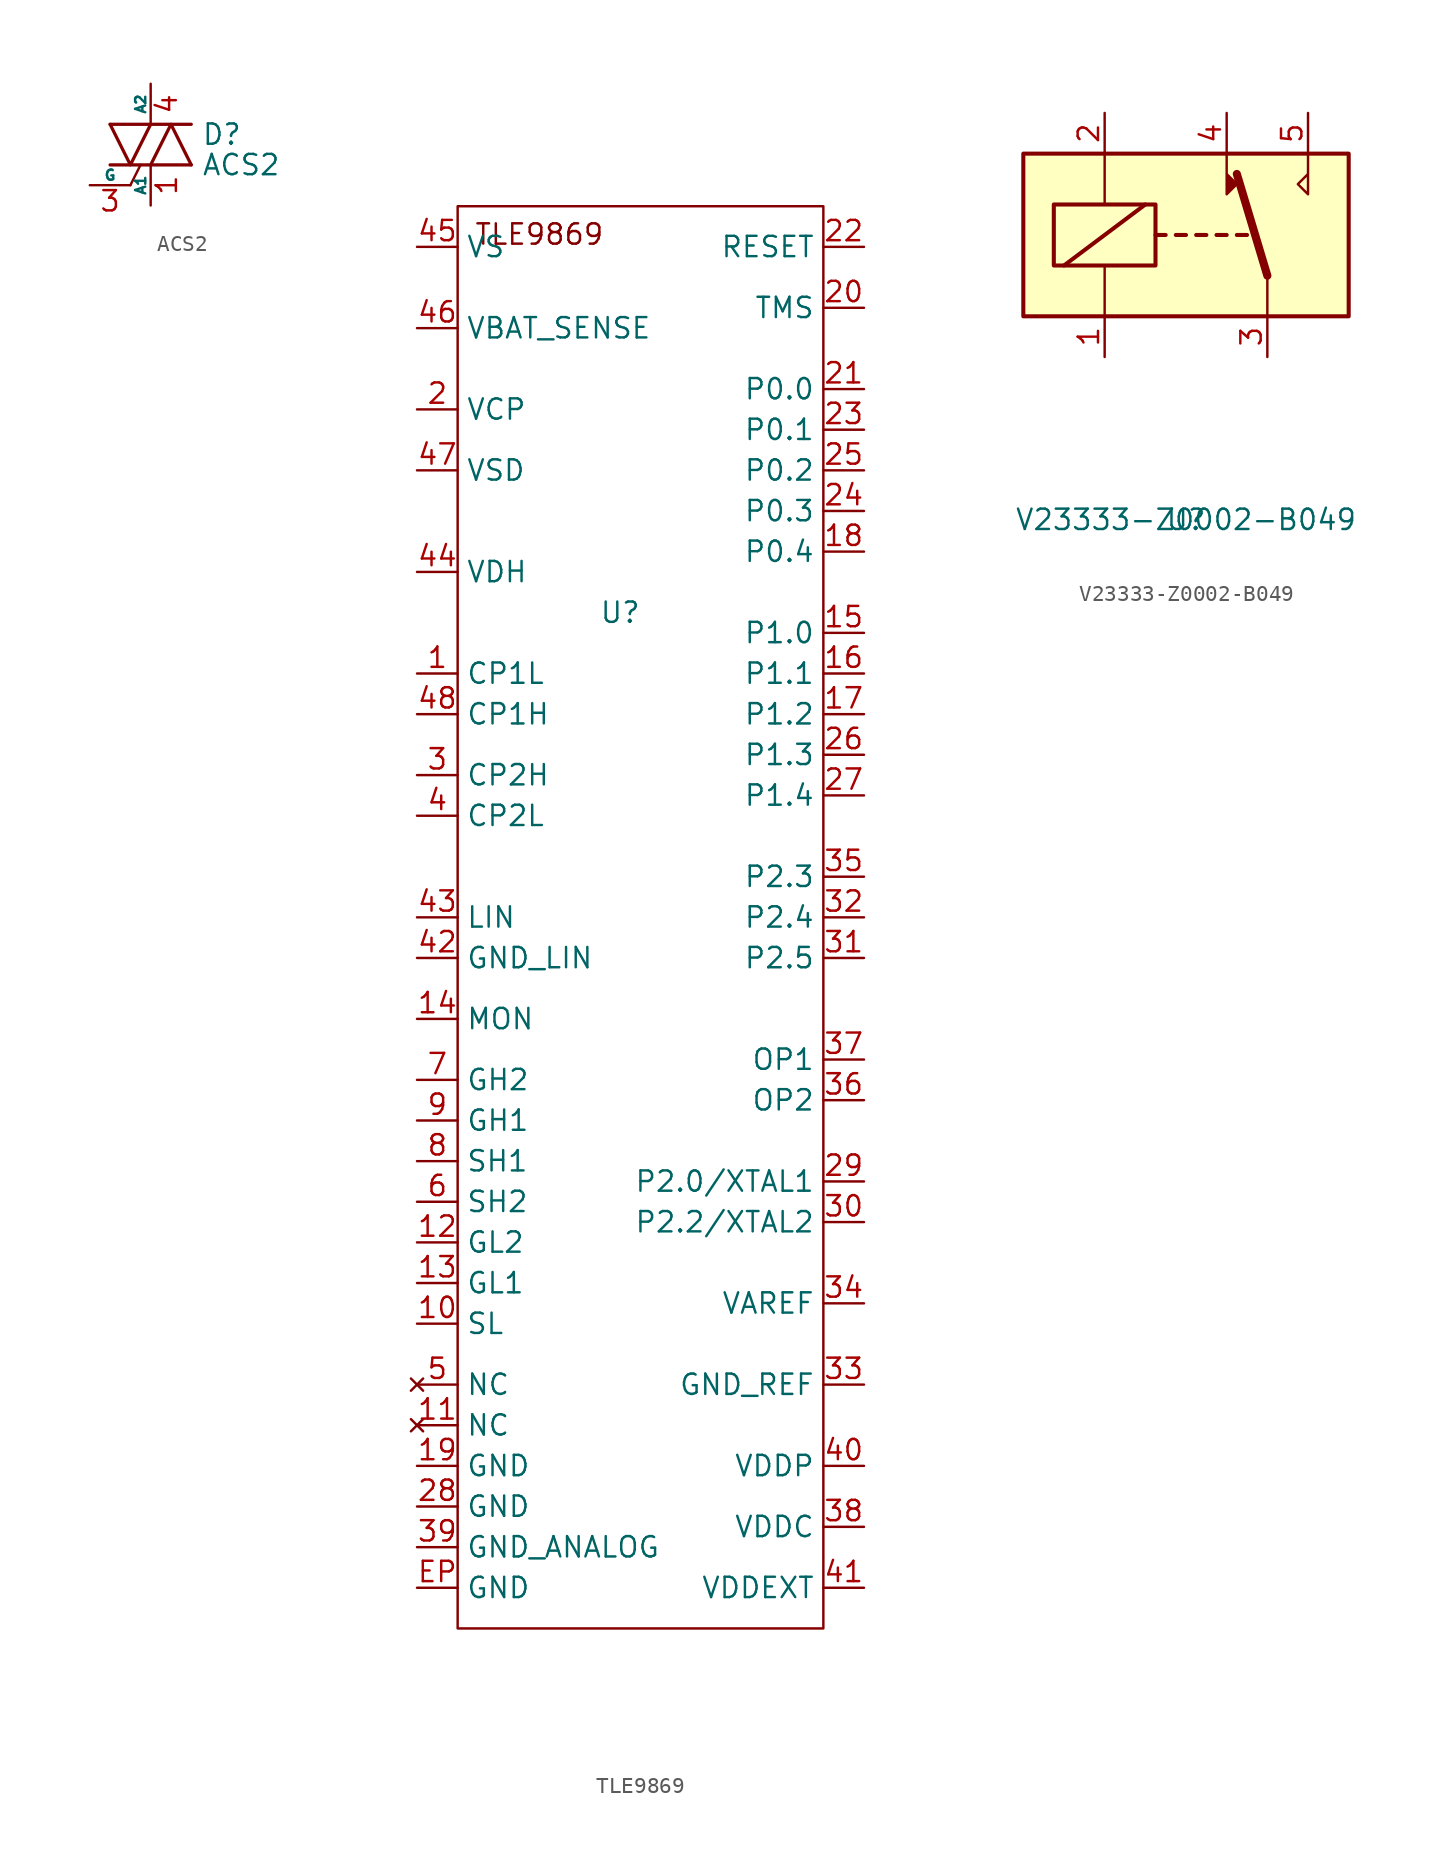
<source format=kicad_sym>
(kicad_symbol_lib
  (version 20231120)
  (generator "kicad_symbol_editor")
  (generator_version "8.0")
  (symbol "ACS2"
    (pin_names
      (offset 0))
    (property "Reference" "D"
      (at 3.175 0.635 0)
      (effects (font (size 1.27 1.27)) (justify left)))
    (property "Value" "ACS2"
      (at 3.175 -1.27 0)
      (effects (font (size 1.27 1.27)) (justify left)))
    (symbol "ACS2_0_1"
      (polyline (pts (xy -2.54 -1.27) (xy 2.54 -1.27)) (stroke (width 0.203) (type default)) (fill (type none)))
      (polyline (pts (xy -2.54 1.27) (xy 2.54 1.27)) (stroke (width 0.203) (type default)) (fill (type none)))
      (polyline (pts (xy -1.27 -2.54) (xy -0.635 -1.27)) (stroke (width 0) (type default)) (fill (type none)))
      (polyline (pts (xy -2.54 1.27) (xy -1.27 -1.27) (xy 0 1.27)) (stroke (width 0.203) (type default)) (fill (type none)))
      (polyline (pts (xy 0 -1.27) (xy 1.27 1.27) (xy 2.54 -1.27)) (stroke (width 0.203) (type default)) (fill (type none))))
    (symbol "ACS2_1_1"
      (pin passive line (at 0 -3.81 90) (length 2.54) (name "A1" (effects (font (size 0.635 0.635)))) (number "1" (effects (font (size 1.27 1.27)))))
      (pin input line (at -3.81 -2.54 0) (length 2.54) (name "G" (effects (font (size 0.635 0.635)))) (number "3" (effects (font (size 1.27 1.27)))))
      (pin passive line (at 0 3.81 270) (length 2.54) (name "A2" (effects (font (size 0.635 0.635)))) (number "4" (effects (font (size 1.27 1.27)))))))
  (symbol "TLE9869"
    (property "Reference" "U"
      (at 0 0 0)
      (effects (font (size 1.27 1.27))))
    (property "Value" ""
      (at 0 0 0)
      (effects (font (size 1.27 1.27))))
    (symbol "TLE9869_1_0"
      (pin power_in line (at -12.7 -44.45 0) (length 2.54) (name "SL" (effects (font (size 1.27 1.27)))) (number "10" (effects (font (size 1.27 1.27)))))
      (pin no_connect line (at -12.7 -50.8 0) (length 2.54) (name "NC" (effects (font (size 1.27 1.27)))) (number "11" (effects (font (size 1.27 1.27)))))
      (pin power_in line (at -12.7 -39.37 0) (length 2.54) (name "GL2" (effects (font (size 1.27 1.27)))) (number "12" (effects (font (size 1.27 1.27)))))
      (pin power_in line (at -12.7 -41.91 0) (length 2.54) (name "GL1" (effects (font (size 1.27 1.27)))) (number "13" (effects (font (size 1.27 1.27)))))
      (pin input line (at -12.7 -25.4 0) (length 2.54) (name "MON" (effects (font (size 1.27 1.27)))) (number "14" (effects (font (size 1.27 1.27)))))
      (pin bidirectional line (at 15.24 -1.27 180) (length 2.54) (name "P1.0" (effects (font (size 1.27 1.27)))) (number "15" (effects (font (size 1.27 1.27)))))
      (pin bidirectional line (at 15.24 -3.81 180) (length 2.54) (name "P1.1" (effects (font (size 1.27 1.27)))) (number "16" (effects (font (size 1.27 1.27)))))
      (pin bidirectional line (at 15.24 -6.35 180) (length 2.54) (name "P1.2" (effects (font (size 1.27 1.27)))) (number "17" (effects (font (size 1.27 1.27)))))
      (pin bidirectional line (at 15.24 3.81 180) (length 2.54) (name "P0.4" (effects (font (size 1.27 1.27)))) (number "18" (effects (font (size 1.27 1.27)))))
      (pin power_in line (at -12.7 -53.34 0) (length 2.54) (name "GND" (effects (font (size 1.27 1.27)))) (number "19" (effects (font (size 1.27 1.27)))))
      (pin power_in line (at -12.7 12.7 0) (length 2.54) (name "VCP" (effects (font (size 1.27 1.27)))) (number "2" (effects (font (size 1.27 1.27)))))
      (pin bidirectional line (at 15.24 19.05 180) (length 2.54) (name "TMS" (effects (font (size 1.27 1.27)))) (number "20" (effects (font (size 1.27 1.27)))))
      (pin bidirectional line (at 15.24 13.97 180) (length 2.54) (name "P0.0" (effects (font (size 1.27 1.27)))) (number "21" (effects (font (size 1.27 1.27)))))
      (pin bidirectional line (at 15.24 22.86 180) (length 2.54) (name "RESET" (effects (font (size 1.27 1.27)))) (number "22" (effects (font (size 1.27 1.27)))))
      (pin bidirectional line (at 15.24 11.43 180) (length 2.54) (name "P0.1" (effects (font (size 1.27 1.27)))) (number "23" (effects (font (size 1.27 1.27)))))
      (pin bidirectional line (at 15.24 6.35 180) (length 2.54) (name "P0.3" (effects (font (size 1.27 1.27)))) (number "24" (effects (font (size 1.27 1.27)))))
      (pin bidirectional line (at 15.24 8.89 180) (length 2.54) (name "P0.2" (effects (font (size 1.27 1.27)))) (number "25" (effects (font (size 1.27 1.27)))))
      (pin bidirectional line (at 15.24 -8.89 180) (length 2.54) (name "P1.3" (effects (font (size 1.27 1.27)))) (number "26" (effects (font (size 1.27 1.27)))))
      (pin bidirectional line (at 15.24 -11.43 180) (length 2.54) (name "P1.4" (effects (font (size 1.27 1.27)))) (number "27" (effects (font (size 1.27 1.27)))))
      (pin power_in line (at -12.7 -55.88 0) (length 2.54) (name "GND" (effects (font (size 1.27 1.27)))) (number "28" (effects (font (size 1.27 1.27)))))
      (pin bidirectional line (at 15.24 -35.56 180) (length 2.54) (name "P2.0/XTAL1" (effects (font (size 1.27 1.27)))) (number "29" (effects (font (size 1.27 1.27)))))
      (pin power_in line (at -12.7 -10.16 0) (length 2.54) (name "CP2H" (effects (font (size 1.27 1.27)))) (number "3" (effects (font (size 1.27 1.27)))))
      (pin bidirectional line (at 15.24 -38.1 180) (length 2.54) (name "P2.2/XTAL2" (effects (font (size 1.27 1.27)))) (number "30" (effects (font (size 1.27 1.27)))))
      (pin input line (at 15.24 -21.59 180) (length 2.54) (name "P2.5" (effects (font (size 1.27 1.27)))) (number "31" (effects (font (size 1.27 1.27)))))
      (pin input line (at 15.24 -19.05 180) (length 2.54) (name "P2.4" (effects (font (size 1.27 1.27)))) (number "32" (effects (font (size 1.27 1.27)))))
      (pin power_in line (at 15.24 -48.26 180) (length 2.54) (name "GND_REF" (effects (font (size 1.27 1.27)))) (number "33" (effects (font (size 1.27 1.27)))))
      (pin bidirectional line (at 15.24 -43.18 180) (length 2.54) (name "VAREF" (effects (font (size 1.27 1.27)))) (number "34" (effects (font (size 1.27 1.27)))))
      (pin input line (at 15.24 -16.51 180) (length 2.54) (name "P2.3" (effects (font (size 1.27 1.27)))) (number "35" (effects (font (size 1.27 1.27)))))
      (pin input line (at 15.24 -30.48 180) (length 2.54) (name "OP2" (effects (font (size 1.27 1.27)))) (number "36" (effects (font (size 1.27 1.27)))))
      (pin input line (at 15.24 -27.94 180) (length 2.54) (name "OP1" (effects (font (size 1.27 1.27)))) (number "37" (effects (font (size 1.27 1.27)))))
      (pin power_in line (at 15.24 -57.15 180) (length 2.54) (name "VDDC" (effects (font (size 1.27 1.27)))) (number "38" (effects (font (size 1.27 1.27)))))
      (pin power_in line (at -12.7 -58.42 0) (length 2.54) (name "GND_ANALOG" (effects (font (size 1.27 1.27)))) (number "39" (effects (font (size 1.27 1.27)))))
      (pin power_in line (at -12.7 -12.7 0) (length 2.54) (name "CP2L" (effects (font (size 1.27 1.27)))) (number "4" (effects (font (size 1.27 1.27)))))
      (pin power_in line (at 15.24 -53.34 180) (length 2.54) (name "VDDP" (effects (font (size 1.27 1.27)))) (number "40" (effects (font (size 1.27 1.27)))))
      (pin power_out line (at 15.24 -60.96 180) (length 2.54) (name "VDDEXT" (effects (font (size 1.27 1.27)))) (number "41" (effects (font (size 1.27 1.27)))))
      (pin power_in line (at -12.7 -21.59 0) (length 2.54) (name "GND_LIN" (effects (font (size 1.27 1.27)))) (number "42" (effects (font (size 1.27 1.27)))))
      (pin bidirectional line (at -12.7 -19.05 0) (length 2.54) (name "LIN" (effects (font (size 1.27 1.27)))) (number "43" (effects (font (size 1.27 1.27)))))
      (pin power_in line (at -12.7 2.54 0) (length 2.54) (name "VDH" (effects (font (size 1.27 1.27)))) (number "44" (effects (font (size 1.27 1.27)))))
      (pin bidirectional line (at -12.7 22.86 0) (length 2.54) (name "VS" (effects (font (size 1.27 1.27)))) (number "45" (effects (font (size 1.27 1.27)))))
      (pin input line (at -12.7 17.78 0) (length 2.54) (name "VBAT_SENSE" (effects (font (size 1.27 1.27)))) (number "46" (effects (font (size 1.27 1.27)))))
      (pin power_in line (at -12.7 8.89 0) (length 2.54) (name "VSD" (effects (font (size 1.27 1.27)))) (number "47" (effects (font (size 1.27 1.27)))))
      (pin power_in line (at -12.7 -6.35 0) (length 2.54) (name "CP1H" (effects (font (size 1.27 1.27)))) (number "48" (effects (font (size 1.27 1.27)))))
      (pin no_connect line (at -12.7 -48.26 0) (length 2.54) (name "NC" (effects (font (size 1.27 1.27)))) (number "5" (effects (font (size 1.27 1.27)))))
      (pin power_in line (at -12.7 -36.83 0) (length 2.54) (name "SH2" (effects (font (size 1.27 1.27)))) (number "6" (effects (font (size 1.27 1.27)))))
      (pin power_in line (at -12.7 -29.21 0) (length 2.54) (name "GH2" (effects (font (size 1.27 1.27)))) (number "7" (effects (font (size 1.27 1.27)))))
      (pin power_in line (at -12.7 -34.29 0) (length 2.54) (name "SH1" (effects (font (size 1.27 1.27)))) (number "8" (effects (font (size 1.27 1.27)))))
      (pin power_in line (at -12.7 -31.75 0) (length 2.54) (name "GH1" (effects (font (size 1.27 1.27)))) (number "9" (effects (font (size 1.27 1.27)))))
      (pin power_in line (at -12.7 -60.96 0) (length 2.54) (name "GND" (effects (font (size 1.27 1.27)))) (number "EP" (effects (font (size 1.27 1.27))))))
    (symbol "TLE9869_1_1"
      (text_box "TLE9869" (at -10.16 25.4 0) (size 22.86 -88.9) (stroke (width 0) (type default)) (fill (type none)) (effects (font (size 1.27 1.27)) (justify left top)))
      (pin power_in line (at -12.7 -3.81 0) (length 2.54) (name "CP1L" (effects (font (size 1.27 1.27)))) (number "1" (effects (font (size 1.27 1.27)))))))
  (symbol "V23333-Z0002-B049"
    (property "Reference" "U"
      (at 0 -17.78 0)
      (effects (font (size 1.27 1.27))))
    (property "Value" "V23333-Z0002-B049"
      (at 0 -17.78 0)
      (effects (font (size 1.27 1.27))))
    (symbol "V23333-Z0002-B049_0_0"
      (polyline (pts (xy 2.54 5.08) (xy 2.54 2.54) (xy 3.175 3.175) (xy 2.54 3.81)) (stroke (width 0) (type default)) (fill (type outline)))
      (polyline (pts (xy 7.62 5.08) (xy 7.62 2.54) (xy 6.985 3.175) (xy 7.62 3.81)) (stroke (width 0) (type default)) (fill (type none))))
    (symbol "V23333-Z0002-B049_0_1"
      (rectangle (start -10.16 5.08) (end 10.16 -5.08) (stroke (width 0.254) (type default)) (fill (type background)))
      (rectangle (start -8.255 1.905) (end -1.905 -1.905) (stroke (width 0.254) (type default)) (fill (type none)))
      (polyline (pts (xy -7.62 -1.905) (xy -2.54 1.905)) (stroke (width 0.254) (type default)) (fill (type none)))
      (polyline (pts (xy -5.08 -5.08) (xy -5.08 -1.905)) (stroke (width 0) (type default)) (fill (type none)))
      (polyline (pts (xy -5.08 5.08) (xy -5.08 1.905)) (stroke (width 0) (type default)) (fill (type none)))
      (polyline (pts (xy -1.905 0) (xy -1.27 0)) (stroke (width 0.254) (type default)) (fill (type none)))
      (polyline (pts (xy -0.635 0) (xy 0 0)) (stroke (width 0.254) (type default)) (fill (type none)))
      (polyline (pts (xy 0.635 0) (xy 1.27 0)) (stroke (width 0.254) (type default)) (fill (type none)))
      (polyline (pts (xy 1.905 0) (xy 2.54 0)) (stroke (width 0.254) (type default)) (fill (type none)))
      (polyline (pts (xy 3.175 0) (xy 3.81 0)) (stroke (width 0.254) (type default)) (fill (type none)))
      (polyline (pts (xy 5.08 -2.54) (xy 3.175 3.81)) (stroke (width 0.508) (type default)) (fill (type none)))
      (polyline (pts (xy 5.08 -2.54) (xy 5.08 -5.08)) (stroke (width 0) (type default)) (fill (type none))))
    (symbol "V23333-Z0002-B049_1_1"
      (pin passive line (at -5.08 -7.62 90) (length 2.54) (name "~" (effects (font (size 1.27 1.27)))) (number "1" (effects (font (size 1.27 1.27)))))
      (pin passive line (at -5.08 7.62 270) (length 2.54) (name "~" (effects (font (size 1.27 1.27)))) (number "2" (effects (font (size 1.27 1.27)))))
      (pin passive line (at 5.08 -7.62 90) (length 2.54) (name "~" (effects (font (size 1.27 1.27)))) (number "3" (effects (font (size 1.27 1.27)))))
      (pin passive line (at 2.54 7.62 270) (length 2.54) (name "~" (effects (font (size 1.27 1.27)))) (number "4" (effects (font (size 1.27 1.27)))))
      (pin passive line (at 7.62 7.62 270) (length 2.54) (name "~" (effects (font (size 1.27 1.27)))) (number "5" (effects (font (size 1.27 1.27))))))))
</source>
